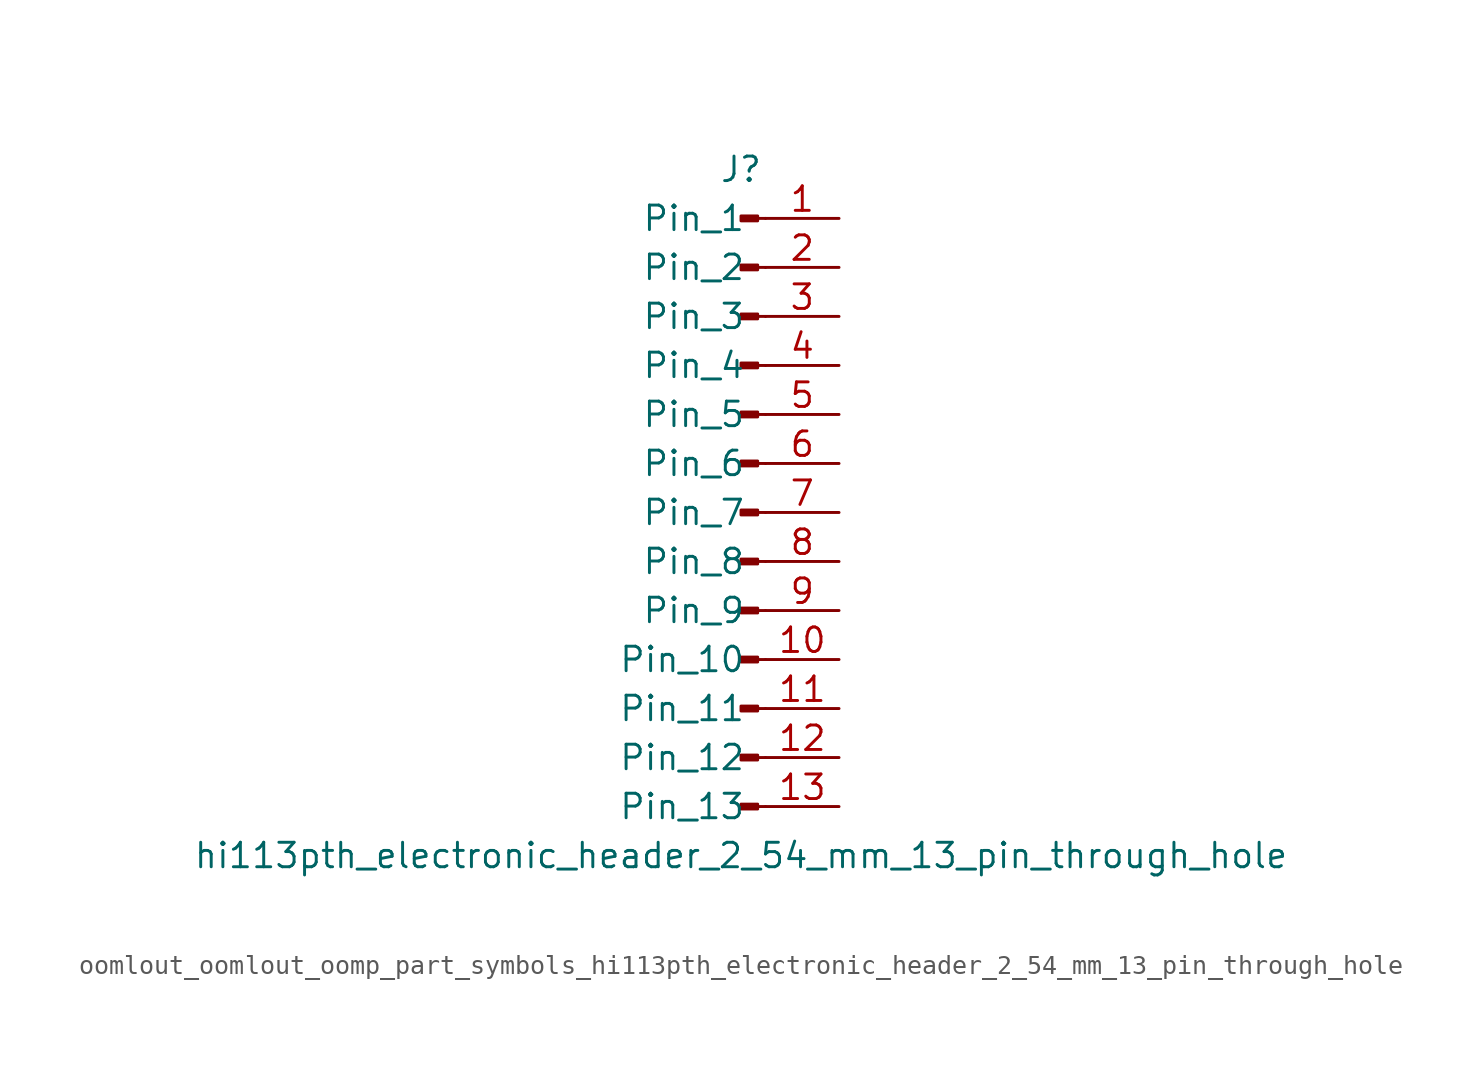
<source format=kicad_sym>
(kicad_symbol_lib
  (version 20220914)
  (generator kicad_symbol_editor)
  (symbol "oomlout_oomlout_oomp_part_symbols_hi113pth_electronic_header_2_54_mm_13_pin_through_hole"
    (pin_names
      (offset 1.016))
    (property "Reference" "J"
      (at 0 17.78 0)
      (effects (font (size 1.27 1.27))))
    (property "Value" "hi113pth_electronic_header_2_54_mm_13_pin_through_hole"
      (at 0 -17.78 0)
      (effects (font (size 1.27 1.27))))
    (property "ki_locked" ""
      (at 0 0 0)
      (effects (font (size 1.27 1.27))))
    (symbol "oomlout_oomlout_oomp_part_symbols_hi113pth_electronic_header_2_54_mm_13_pin_through_hole_1_1"
      (polyline (pts (xy 1.27 -15.24) (xy 0.864 -15.24)) (stroke (width 0.152) (type default)) (fill (type none)))
      (polyline (pts (xy 1.27 -12.7) (xy 0.864 -12.7)) (stroke (width 0.152) (type default)) (fill (type none)))
      (polyline (pts (xy 1.27 -10.16) (xy 0.864 -10.16)) (stroke (width 0.152) (type default)) (fill (type none)))
      (polyline (pts (xy 1.27 -7.62) (xy 0.864 -7.62)) (stroke (width 0.152) (type default)) (fill (type none)))
      (polyline (pts (xy 1.27 -5.08) (xy 0.864 -5.08)) (stroke (width 0.152) (type default)) (fill (type none)))
      (polyline (pts (xy 1.27 -2.54) (xy 0.864 -2.54)) (stroke (width 0.152) (type default)) (fill (type none)))
      (polyline (pts (xy 1.27 0) (xy 0.864 0)) (stroke (width 0.152) (type default)) (fill (type none)))
      (polyline (pts (xy 1.27 2.54) (xy 0.864 2.54)) (stroke (width 0.152) (type default)) (fill (type none)))
      (polyline (pts (xy 1.27 5.08) (xy 0.864 5.08)) (stroke (width 0.152) (type default)) (fill (type none)))
      (polyline (pts (xy 1.27 7.62) (xy 0.864 7.62)) (stroke (width 0.152) (type default)) (fill (type none)))
      (polyline (pts (xy 1.27 10.16) (xy 0.864 10.16)) (stroke (width 0.152) (type default)) (fill (type none)))
      (polyline (pts (xy 1.27 12.7) (xy 0.864 12.7)) (stroke (width 0.152) (type default)) (fill (type none)))
      (polyline (pts (xy 1.27 15.24) (xy 0.864 15.24)) (stroke (width 0.152) (type default)) (fill (type none)))
      (rectangle (start 0.864 -15.113) (end 0 -15.367) (stroke (width 0.152) (type default)) (fill (type outline)))
      (rectangle (start 0.864 -12.573) (end 0 -12.827) (stroke (width 0.152) (type default)) (fill (type outline)))
      (rectangle (start 0.864 -10.033) (end 0 -10.287) (stroke (width 0.152) (type default)) (fill (type outline)))
      (rectangle (start 0.864 -7.493) (end 0 -7.747) (stroke (width 0.152) (type default)) (fill (type outline)))
      (rectangle (start 0.864 -4.953) (end 0 -5.207) (stroke (width 0.152) (type default)) (fill (type outline)))
      (rectangle (start 0.864 -2.413) (end 0 -2.667) (stroke (width 0.152) (type default)) (fill (type outline)))
      (rectangle (start 0.864 0.127) (end 0 -0.127) (stroke (width 0.152) (type default)) (fill (type outline)))
      (rectangle (start 0.864 2.667) (end 0 2.413) (stroke (width 0.152) (type default)) (fill (type outline)))
      (rectangle (start 0.864 5.207) (end 0 4.953) (stroke (width 0.152) (type default)) (fill (type outline)))
      (rectangle (start 0.864 7.747) (end 0 7.493) (stroke (width 0.152) (type default)) (fill (type outline)))
      (rectangle (start 0.864 10.287) (end 0 10.033) (stroke (width 0.152) (type default)) (fill (type outline)))
      (rectangle (start 0.864 12.827) (end 0 12.573) (stroke (width 0.152) (type default)) (fill (type outline)))
      (rectangle (start 0.864 15.367) (end 0 15.113) (stroke (width 0.152) (type default)) (fill (type outline)))
      (pin passive line (at 5.08 15.24 180) (length 3.81) (name "Pin_1" (effects (font (size 1.27 1.27)))) (number "1" (effects (font (size 1.27 1.27)))))
      (pin passive line (at 5.08 -7.62 180) (length 3.81) (name "Pin_10" (effects (font (size 1.27 1.27)))) (number "10" (effects (font (size 1.27 1.27)))))
      (pin passive line (at 5.08 -10.16 180) (length 3.81) (name "Pin_11" (effects (font (size 1.27 1.27)))) (number "11" (effects (font (size 1.27 1.27)))))
      (pin passive line (at 5.08 -12.7 180) (length 3.81) (name "Pin_12" (effects (font (size 1.27 1.27)))) (number "12" (effects (font (size 1.27 1.27)))))
      (pin passive line (at 5.08 -15.24 180) (length 3.81) (name "Pin_13" (effects (font (size 1.27 1.27)))) (number "13" (effects (font (size 1.27 1.27)))))
      (pin passive line (at 5.08 12.7 180) (length 3.81) (name "Pin_2" (effects (font (size 1.27 1.27)))) (number "2" (effects (font (size 1.27 1.27)))))
      (pin passive line (at 5.08 10.16 180) (length 3.81) (name "Pin_3" (effects (font (size 1.27 1.27)))) (number "3" (effects (font (size 1.27 1.27)))))
      (pin passive line (at 5.08 7.62 180) (length 3.81) (name "Pin_4" (effects (font (size 1.27 1.27)))) (number "4" (effects (font (size 1.27 1.27)))))
      (pin passive line (at 5.08 5.08 180) (length 3.81) (name "Pin_5" (effects (font (size 1.27 1.27)))) (number "5" (effects (font (size 1.27 1.27)))))
      (pin passive line (at 5.08 2.54 180) (length 3.81) (name "Pin_6" (effects (font (size 1.27 1.27)))) (number "6" (effects (font (size 1.27 1.27)))))
      (pin passive line (at 5.08 0 180) (length 3.81) (name "Pin_7" (effects (font (size 1.27 1.27)))) (number "7" (effects (font (size 1.27 1.27)))))
      (pin passive line (at 5.08 -2.54 180) (length 3.81) (name "Pin_8" (effects (font (size 1.27 1.27)))) (number "8" (effects (font (size 1.27 1.27)))))
      (pin passive line (at 5.08 -5.08 180) (length 3.81) (name "Pin_9" (effects (font (size 1.27 1.27)))) (number "9" (effects (font (size 1.27 1.27))))))))
</source>
